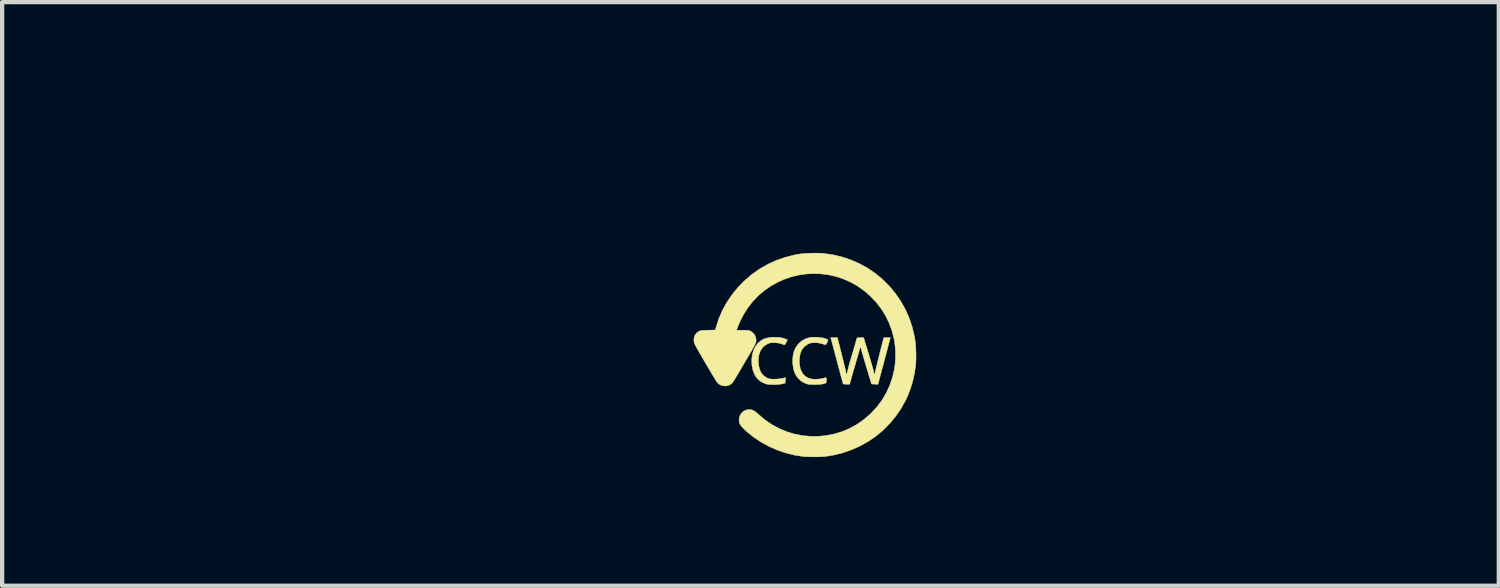
<source format=kicad_pcb>
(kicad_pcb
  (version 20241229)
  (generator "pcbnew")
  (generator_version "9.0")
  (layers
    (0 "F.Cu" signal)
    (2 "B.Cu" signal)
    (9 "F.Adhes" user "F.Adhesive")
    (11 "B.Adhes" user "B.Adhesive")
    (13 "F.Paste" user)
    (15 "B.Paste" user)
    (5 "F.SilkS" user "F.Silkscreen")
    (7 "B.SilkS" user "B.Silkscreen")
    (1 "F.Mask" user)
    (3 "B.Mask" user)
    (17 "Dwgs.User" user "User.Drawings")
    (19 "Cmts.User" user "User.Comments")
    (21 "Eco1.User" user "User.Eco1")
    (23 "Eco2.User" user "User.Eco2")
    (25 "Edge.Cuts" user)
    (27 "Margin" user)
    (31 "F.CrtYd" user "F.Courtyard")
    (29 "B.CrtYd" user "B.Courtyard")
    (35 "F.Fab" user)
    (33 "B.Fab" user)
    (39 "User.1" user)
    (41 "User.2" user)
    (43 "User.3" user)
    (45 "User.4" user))
  (footprint "Rotation_CCW_Silkscreen"
    (layer "F.Cu")
    (at 15.719 5.228)
    (property "Reference" "Rotation_CCW_Silkscreen" (at -1.27 -3.81 0) (layer "Eco1.User") (effects (font (size 1.524 1.524) (thickness 0.3))))
    (attr through_hole)
    (fp_poly (pts (xy -0.62 -0.413) (xy -0.545 -0.402) (xy -0.478 -0.383) (xy -0.455 -0.374) (xy -0.407 -0.353) (xy -0.438 -0.293) (xy -0.456 -0.259) (xy -0.469 -0.242) (xy -0.481 -0.238) (xy -0.486 -0.239) (xy -0.574 -0.27) (xy -0.661 -0.285) (xy -0.716 -0.288) (xy -0.764 -0.287) (xy -0.799 -0.284) (xy -0.83 -0.277) (xy -0.863 -0.264) (xy -0.871 -0.26) (xy -0.942 -0.217) (xy -0.999 -0.159) (xy -1.043 -0.088) (xy -1.072 -0.004) (xy -1.086 0.093) (xy -1.087 0.136) (xy -1.08 0.241) (xy -1.058 0.332) (xy -1.023 0.409) (xy -0.974 0.471) (xy -0.91 0.519) (xy -0.881 0.534) (xy -0.849 0.548) (xy -0.82 0.557) (xy -0.789 0.561) (xy -0.748 0.563) (xy -0.716 0.563) (xy -0.646 0.56) (xy -0.578 0.553) (xy -0.535 0.545) (xy -0.498 0.537) (xy -0.469 0.531) (xy -0.454 0.53) (xy -0.452 0.53) (xy -0.452 0.541) (xy -0.453 0.566) (xy -0.456 0.594) (xy -0.462 0.655) (xy -0.528 0.672) (xy -0.577 0.681) (xy -0.639 0.687) (xy -0.708 0.69) (xy -0.777 0.689) (xy -0.84 0.685) (xy -0.892 0.678) (xy -0.904 0.675) (xy -0.991 0.641) (xy -1.066 0.592) (xy -1.129 0.528) (xy -1.177 0.449) (xy -1.213 0.355) (xy -1.234 0.248) (xy -1.238 0.211) (xy -1.24 0.093) (xy -1.226 -0.016) (xy -1.197 -0.115) (xy -1.152 -0.203) (xy -1.094 -0.278) (xy -1.021 -0.339) (xy -0.968 -0.37) (xy -0.913 -0.39) (xy -0.844 -0.406) (xy -0.765 -0.415) (xy -0.709 -0.416) (xy -0.62 -0.413)) (stroke (width 0.01) (type solid)) (fill yes) (layer "F.SilkS"))
    (fp_poly (pts (xy 0.304 -0.413) (xy 0.372 -0.406) (xy 0.434 -0.395) (xy 0.486 -0.38) (xy 0.522 -0.363) (xy 0.523 -0.362) (xy 0.534 -0.353) (xy 0.537 -0.343) (xy 0.533 -0.328) (xy 0.521 -0.3) (xy 0.515 -0.289) (xy 0.498 -0.257) (xy 0.485 -0.241) (xy 0.474 -0.238) (xy 0.47 -0.239) (xy 0.384 -0.268) (xy 0.297 -0.284) (xy 0.213 -0.289) (xy 0.136 -0.28) (xy 0.104 -0.271) (xy 0.053 -0.245) (xy 0.001 -0.206) (xy -0.045 -0.16) (xy -0.078 -0.111) (xy -0.08 -0.107) (xy -0.11 -0.028) (xy -0.127 0.062) (xy -0.132 0.156) (xy -0.123 0.249) (xy -0.102 0.335) (xy -0.088 0.369) (xy -0.046 0.441) (xy 0.009 0.496) (xy 0.077 0.535) (xy 0.156 0.559) (xy 0.249 0.566) (xy 0.353 0.557) (xy 0.425 0.543) (xy 0.458 0.535) (xy 0.483 0.53) (xy 0.492 0.528) (xy 0.498 0.537) (xy 0.502 0.559) (xy 0.503 0.588) (xy 0.502 0.615) (xy 0.499 0.632) (xy 0.491 0.647) (xy 0.476 0.658) (xy 0.449 0.667) (xy 0.418 0.675) (xy 0.373 0.682) (xy 0.315 0.687) (xy 0.251 0.689) (xy 0.187 0.69) (xy 0.128 0.687) (xy 0.081 0.682) (xy 0.067 0.68) (xy -0.018 0.649) (xy -0.095 0.602) (xy -0.161 0.539) (xy -0.215 0.464) (xy -0.224 0.447) (xy -0.255 0.367) (xy -0.276 0.274) (xy -0.286 0.174) (xy -0.284 0.071) (xy -0.274 -0.011) (xy -0.248 -0.106) (xy -0.204 -0.192) (xy -0.146 -0.267) (xy -0.075 -0.328) (xy 0.007 -0.375) (xy 0.099 -0.405) (xy 0.109 -0.407) (xy 0.168 -0.414) (xy 0.234 -0.416) (xy 0.304 -0.413)) (stroke (width 0.01) (type solid)) (fill yes) (layer "F.SilkS"))
    (fp_poly (pts (xy 1.389 -0.338) (xy 1.437 -0.181) (xy 1.479 -0.042) (xy 1.515 0.079) (xy 1.545 0.182) (xy 1.57 0.266) (xy 1.588 0.331) (xy 1.601 0.378) (xy 1.607 0.404) (xy 1.614 0.436) (xy 1.619 0.458) (xy 1.622 0.464) (xy 1.625 0.454) (xy 1.631 0.428) (xy 1.64 0.389) (xy 1.651 0.341) (xy 1.655 0.325) (xy 1.665 0.281) (xy 1.68 0.221) (xy 1.698 0.148) (xy 1.718 0.067) (xy 1.739 -0.018) (xy 1.761 -0.105) (xy 1.783 -0.19) (xy 1.803 -0.268) (xy 1.821 -0.336) (xy 1.829 -0.368) (xy 1.84 -0.406) (xy 1.916 -0.406) (xy 1.952 -0.406) (xy 1.979 -0.405) (xy 1.991 -0.404) (xy 1.991 -0.404) (xy 1.991 -0.402) (xy 1.99 -0.398) (xy 1.988 -0.389) (xy 1.984 -0.375) (xy 1.978 -0.353) (xy 1.97 -0.323) (xy 1.96 -0.283) (xy 1.946 -0.231) (xy 1.929 -0.166) (xy 1.908 -0.087) (xy 1.882 0.009) (xy 1.852 0.121) (xy 1.835 0.188) (xy 1.812 0.274) (xy 1.79 0.356) (xy 1.77 0.432) (xy 1.752 0.499) (xy 1.737 0.554) (xy 1.727 0.595) (xy 1.721 0.618) (xy 1.704 0.682) (xy 1.628 0.679) (xy 1.552 0.676) (xy 1.532 0.61) (xy 1.491 0.473) (xy 1.452 0.342) (xy 1.427 0.259) (xy 1.411 0.207) (xy 1.396 0.156) (xy 1.384 0.113) (xy 1.376 0.086) (xy 1.365 0.047) (xy 1.351 0.001) (xy 1.343 -0.025) (xy 1.33 -0.069) (xy 1.317 -0.116) (xy 1.311 -0.14) (xy 1.303 -0.169) (xy 1.297 -0.187) (xy 1.294 -0.19) (xy 1.289 -0.179) (xy 1.281 -0.152) (xy 1.269 -0.112) (xy 1.255 -0.063) (xy 1.245 -0.029) (xy 1.229 0.029) (xy 1.208 0.1) (xy 1.185 0.18) (xy 1.161 0.263) (xy 1.138 0.342) (xy 1.132 0.361) (xy 1.113 0.429) (xy 1.094 0.493) (xy 1.078 0.55) (xy 1.065 0.596) (xy 1.057 0.627) (xy 1.054 0.638) (xy 1.045 0.681) (xy 0.97 0.681) (xy 0.933 0.68) (xy 0.905 0.677) (xy 0.891 0.674) (xy 0.891 0.673) (xy 0.887 0.662) (xy 0.879 0.633) (xy 0.867 0.589) (xy 0.851 0.53) (xy 0.832 0.46) (xy 0.811 0.38) (xy 0.787 0.292) (xy 0.762 0.198) (xy 0.737 0.101) (xy 0.712 0.009) (xy 0.689 -0.078) (xy 0.668 -0.156) (xy 0.65 -0.224) (xy 0.636 -0.279) (xy 0.625 -0.318) (xy 0.62 -0.338) (xy 0.601 -0.406) (xy 0.757 -0.406) (xy 0.856 -0.013) (xy 0.878 0.075) (xy 0.899 0.159) (xy 0.917 0.235) (xy 0.934 0.302) (xy 0.947 0.357) (xy 0.956 0.397) (xy 0.961 0.421) (xy 0.962 0.425) (xy 0.966 0.45) (xy 0.97 0.464) (xy 0.971 0.465) (xy 0.974 0.455) (xy 0.981 0.429) (xy 0.99 0.391) (xy 1 0.351) (xy 1.013 0.296) (xy 1.03 0.23) (xy 1.049 0.161) (xy 1.067 0.102) (xy 1.087 0.035) (xy 1.109 -0.041) (xy 1.131 -0.117) (xy 1.148 -0.173) (xy 1.164 -0.227) (xy 1.179 -0.278) (xy 1.191 -0.322) (xy 1.2 -0.352) (xy 1.201 -0.356) (xy 1.215 -0.401) (xy 1.292 -0.404) (xy 1.368 -0.407) (xy 1.389 -0.338)) (stroke (width 0.01) (type solid)) (fill yes) (layer "F.SilkS"))
    (fp_poly (pts (xy 0.322 -2.375) (xy 0.408 -2.371) (xy 0.443 -2.368) (xy 0.661 -2.336) (xy 0.873 -2.285) (xy 1.078 -2.216) (xy 1.274 -2.129) (xy 1.462 -2.026) (xy 1.639 -1.905) (xy 1.805 -1.769) (xy 1.957 -1.618) (xy 1.971 -1.603) (xy 2.114 -1.43) (xy 2.238 -1.248) (xy 2.345 -1.056) (xy 2.433 -0.856) (xy 2.503 -0.647) (xy 2.554 -0.429) (xy 2.56 -0.396) (xy 2.572 -0.316) (xy 2.581 -0.222) (xy 2.587 -0.118) (xy 2.59 -0.013) (xy 2.59 0.09) (xy 2.586 0.183) (xy 2.581 0.247) (xy 2.555 0.421) (xy 2.516 0.598) (xy 2.465 0.771) (xy 2.403 0.935) (xy 2.348 1.056) (xy 2.24 1.248) (xy 2.116 1.428) (xy 1.978 1.596) (xy 1.827 1.749) (xy 1.662 1.887) (xy 1.485 2.009) (xy 1.468 2.019) (xy 1.273 2.127) (xy 1.07 2.216) (xy 0.862 2.287) (xy 0.648 2.338) (xy 0.488 2.363) (xy 0.421 2.369) (xy 0.341 2.373) (xy 0.252 2.375) (xy 0.162 2.375) (xy 0.076 2.373) (xy -0.000368 2.37) (xy -0.046 2.366) (xy -0.249 2.333) (xy -0.45 2.283) (xy -0.646 2.216) (xy -0.835 2.133) (xy -1.016 2.035) (xy -1.185 1.923) (xy -1.341 1.799) (xy -1.419 1.726) (xy -1.466 1.678) (xy -1.499 1.638) (xy -1.52 1.602) (xy -1.532 1.566) (xy -1.536 1.527) (xy -1.537 1.515) (xy -1.528 1.447) (xy -1.503 1.387) (xy -1.464 1.337) (xy -1.414 1.3) (xy -1.355 1.277) (xy -1.29 1.272) (xy -1.282 1.272) (xy -1.24 1.279) (xy -1.201 1.294) (xy -1.161 1.319) (xy -1.115 1.357) (xy -1.092 1.377) (xy -0.939 1.507) (xy -0.777 1.618) (xy -0.606 1.712) (xy -0.429 1.786) (xy -0.245 1.842) (xy -0.055 1.879) (xy 0.139 1.897) (xy 0.284 1.897) (xy 0.483 1.88) (xy 0.675 1.843) (xy 0.859 1.788) (xy 1.036 1.715) (xy 1.204 1.622) (xy 1.365 1.511) (xy 1.517 1.382) (xy 1.543 1.357) (xy 1.675 1.215) (xy 1.791 1.061) (xy 1.89 0.895) (xy 1.972 0.721) (xy 2.036 0.537) (xy 2.082 0.346) (xy 2.099 0.239) (xy 2.109 0.135) (xy 2.112 0.019) (xy 2.11 -0.101) (xy 2.101 -0.218) (xy 2.087 -0.326) (xy 2.078 -0.374) (xy 2.028 -0.567) (xy 1.961 -0.75) (xy 1.877 -0.922) (xy 1.776 -1.083) (xy 1.657 -1.236) (xy 1.527 -1.372) (xy 1.382 -1.498) (xy 1.228 -1.607) (xy 1.067 -1.698) (xy 0.901 -1.772) (xy 0.73 -1.829) (xy 0.556 -1.869) (xy 0.38 -1.892) (xy 0.203 -1.899) (xy 0.027 -1.889) (xy -0.147 -1.864) (xy -0.319 -1.822) (xy -0.486 -1.765) (xy -0.647 -1.692) (xy -0.802 -1.605) (xy -0.949 -1.502) (xy -1.086 -1.385) (xy -1.213 -1.253) (xy -1.328 -1.107) (xy -1.43 -0.946) (xy -1.486 -0.842) (xy -1.511 -0.789) (xy -1.535 -0.735) (xy -1.556 -0.685) (xy -1.569 -0.653) (xy -1.595 -0.579) (xy -1.455 -0.579) (xy -1.395 -0.578) (xy -1.35 -0.576) (xy -1.318 -0.573) (xy -1.293 -0.567) (xy -1.274 -0.56) (xy -1.218 -0.524) (xy -1.175 -0.474) (xy -1.148 -0.414) (xy -1.138 -0.348) (xy -1.139 -0.33) (xy -1.142 -0.311) (xy -1.147 -0.289) (xy -1.157 -0.264) (xy -1.172 -0.232) (xy -1.193 -0.192) (xy -1.221 -0.142) (xy -1.257 -0.079) (xy -1.302 -0.003) (xy -1.333 0.051) (xy -1.376 0.124) (xy -1.425 0.207) (xy -1.475 0.292) (xy -1.522 0.373) (xy -1.559 0.437) (xy -1.594 0.494) (xy -1.626 0.548) (xy -1.654 0.593) (xy -1.677 0.628) (xy -1.692 0.65) (xy -1.695 0.653) (xy -1.744 0.692) (xy -1.802 0.716) (xy -1.864 0.723) (xy -1.927 0.715) (xy -1.985 0.691) (xy -2.036 0.652) (xy -2.038 0.649) (xy -2.049 0.634) (xy -2.07 0.602) (xy -2.098 0.557) (xy -2.133 0.5) (xy -2.174 0.433) (xy -2.219 0.357) (xy -2.268 0.274) (xy -2.319 0.187) (xy -2.327 0.173) (xy -2.385 0.073) (xy -2.434 -0.01) (xy -2.474 -0.08) (xy -2.506 -0.136) (xy -2.532 -0.182) (xy -2.551 -0.219) (xy -2.566 -0.247) (xy -2.576 -0.27) (xy -2.582 -0.288) (xy -2.586 -0.304) (xy -2.588 -0.318) (xy -2.589 -0.333) (xy -2.589 -0.333) (xy -2.585 -0.403) (xy -2.564 -0.465) (xy -2.526 -0.515) (xy -2.476 -0.551) (xy -2.458 -0.56) (xy -2.439 -0.566) (xy -2.414 -0.571) (xy -2.381 -0.574) (xy -2.336 -0.577) (xy -2.274 -0.579) (xy -2.262 -0.579) (xy -2.09 -0.584) (xy -2.067 -0.665) (xy -2.004 -0.859) (xy -1.921 -1.047) (xy -1.821 -1.229) (xy -1.704 -1.402) (xy -1.571 -1.566) (xy -1.425 -1.718) (xy -1.265 -1.858) (xy -1.093 -1.983) (xy -1.028 -2.025) (xy -0.846 -2.126) (xy -0.653 -2.212) (xy -0.452 -2.281) (xy -0.247 -2.333) (xy -0.142 -2.352) (xy -0.065 -2.362) (xy 0.026 -2.369) (xy 0.125 -2.374) (xy 0.226 -2.376) (xy 0.322 -2.375)) (stroke (width 0.01) (type solid)) (fill yes) (layer "F.SilkS")))
  (gr_rect
    (start -3 -3)
    (end 31.898 10.608)
    (stroke (width 0.1) (type default))
    (fill no)
    (layer "Edge.Cuts")))
</source>
